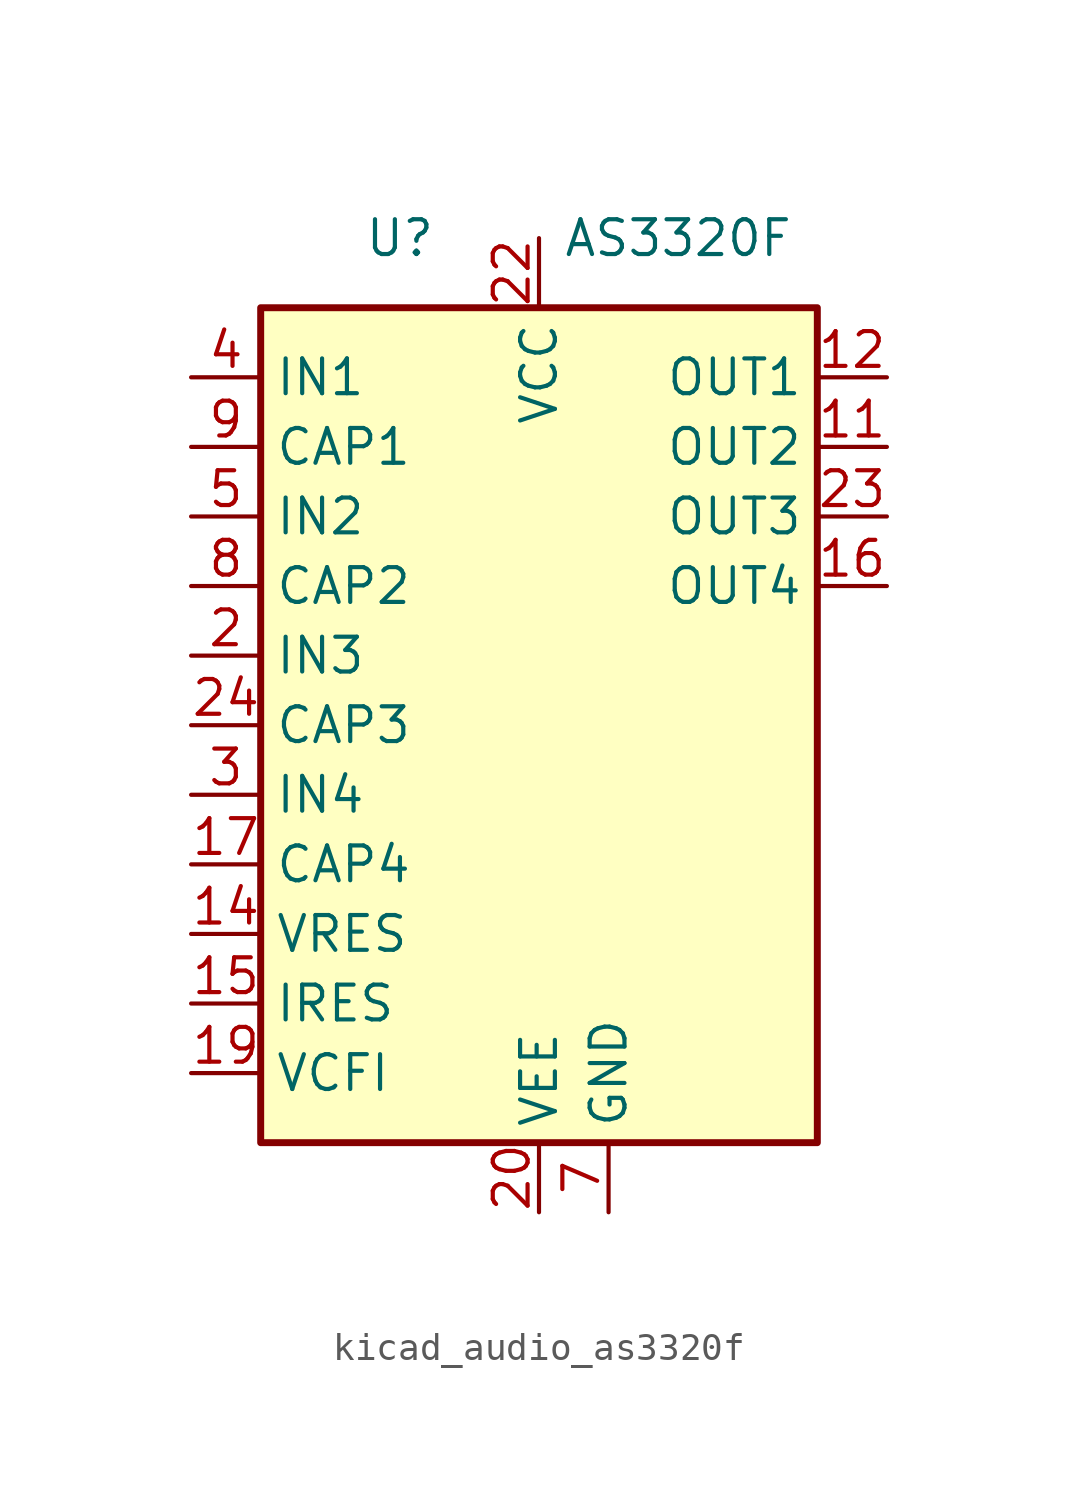
<source format=kicad_sym>
(kicad_symbol_lib
  (version 20220914)
  (generator kicad_symbol_editor)
  (symbol "kicad_audio_as3320f"
    (property "Reference" "U"
      (at -5.08 17.78 0)
      (effects (font (size 1.27 1.27))))
    (property "Value" "AS3320F"
      (at 5.08 17.78 0)
      (effects (font (size 1.27 1.27))))
    (symbol "kicad_audio_as3320f_0_1"
      (rectangle (start -10.16 15.24) (end 10.16 -15.24) (stroke (width 0.254) (type default)) (fill (type background))))
    (symbol "kicad_audio_as3320f_1_1"
      (pin no_connect line (at 10.16 0 180) (length 2.54) hide (name "NC" (effects (font (size 1.27 1.27)))) (number "1" (effects (font (size 1.27 1.27)))))
      (pin no_connect line (at 10.16 -5.08 180) (length 2.54) hide (name "NC" (effects (font (size 1.27 1.27)))) (number "10" (effects (font (size 1.27 1.27)))))
      (pin output line (at 12.7 10.16 180) (length 2.54) (name "OUT2" (effects (font (size 1.27 1.27)))) (number "11" (effects (font (size 1.27 1.27)))))
      (pin output line (at 12.7 12.7 180) (length 2.54) (name "OUT1" (effects (font (size 1.27 1.27)))) (number "12" (effects (font (size 1.27 1.27)))))
      (pin no_connect line (at 10.16 -7.62 180) (length 2.54) hide (name "NC" (effects (font (size 1.27 1.27)))) (number "13" (effects (font (size 1.27 1.27)))))
      (pin input line (at -12.7 -7.62 0) (length 2.54) (name "VRES" (effects (font (size 1.27 1.27)))) (number "14" (effects (font (size 1.27 1.27)))))
      (pin input line (at -12.7 -10.16 0) (length 2.54) (name "IRES" (effects (font (size 1.27 1.27)))) (number "15" (effects (font (size 1.27 1.27)))))
      (pin output line (at 12.7 5.08 180) (length 2.54) (name "OUT4" (effects (font (size 1.27 1.27)))) (number "16" (effects (font (size 1.27 1.27)))))
      (pin passive line (at -12.7 -5.08 0) (length 2.54) (name "CAP4" (effects (font (size 1.27 1.27)))) (number "17" (effects (font (size 1.27 1.27)))))
      (pin no_connect line (at 10.16 -10.16 180) (length 2.54) hide (name "NC" (effects (font (size 1.27 1.27)))) (number "18" (effects (font (size 1.27 1.27)))))
      (pin input line (at -12.7 -12.7 0) (length 2.54) (name "VCFI" (effects (font (size 1.27 1.27)))) (number "19" (effects (font (size 1.27 1.27)))))
      (pin input line (at -12.7 2.54 0) (length 2.54) (name "IN3" (effects (font (size 1.27 1.27)))) (number "2" (effects (font (size 1.27 1.27)))))
      (pin power_in line (at 0 -17.78 90) (length 2.54) (name "VEE" (effects (font (size 1.27 1.27)))) (number "20" (effects (font (size 1.27 1.27)))))
      (pin no_connect line (at 10.16 -12.7 180) (length 2.54) hide (name "NC" (effects (font (size 1.27 1.27)))) (number "21" (effects (font (size 1.27 1.27)))))
      (pin power_in line (at 0 17.78 270) (length 2.54) (name "VCC" (effects (font (size 1.27 1.27)))) (number "22" (effects (font (size 1.27 1.27)))))
      (pin output line (at 12.7 7.62 180) (length 2.54) (name "OUT3" (effects (font (size 1.27 1.27)))) (number "23" (effects (font (size 1.27 1.27)))))
      (pin passive line (at -12.7 0 0) (length 2.54) (name "CAP3" (effects (font (size 1.27 1.27)))) (number "24" (effects (font (size 1.27 1.27)))))
      (pin input line (at -12.7 -2.54 0) (length 2.54) (name "IN4" (effects (font (size 1.27 1.27)))) (number "3" (effects (font (size 1.27 1.27)))))
      (pin input line (at -12.7 12.7 0) (length 2.54) (name "IN1" (effects (font (size 1.27 1.27)))) (number "4" (effects (font (size 1.27 1.27)))))
      (pin input line (at -12.7 7.62 0) (length 2.54) (name "IN2" (effects (font (size 1.27 1.27)))) (number "5" (effects (font (size 1.27 1.27)))))
      (pin no_connect line (at 10.16 -2.54 180) (length 2.54) hide (name "NC" (effects (font (size 1.27 1.27)))) (number "6" (effects (font (size 1.27 1.27)))))
      (pin power_in line (at 2.54 -17.78 90) (length 2.54) (name "GND" (effects (font (size 1.27 1.27)))) (number "7" (effects (font (size 1.27 1.27)))))
      (pin passive line (at -12.7 5.08 0) (length 2.54) (name "CAP2" (effects (font (size 1.27 1.27)))) (number "8" (effects (font (size 1.27 1.27)))))
      (pin passive line (at -12.7 10.16 0) (length 2.54) (name "CAP1" (effects (font (size 1.27 1.27)))) (number "9" (effects (font (size 1.27 1.27))))))))
</source>
